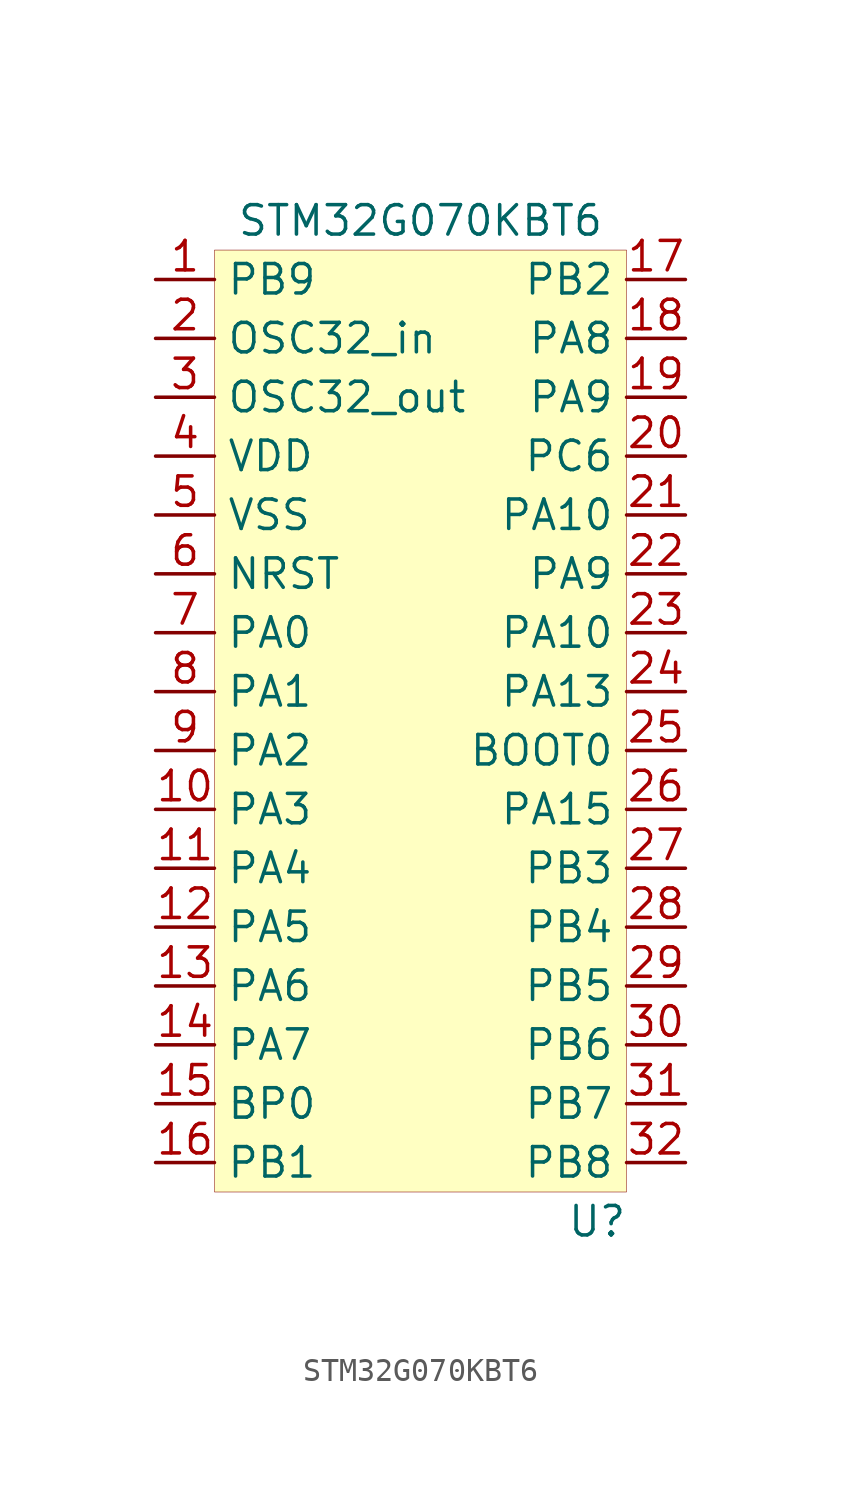
<source format=kicad_sym>
(kicad_symbol_lib
  (version 20200126)
  (host kicad_symbol_editor "(5.99.0-2031-g4c5f3cb5b)")
  (symbol "InfMirror:STM32G070KBT6"
    (property "Reference" "U"
      (at 3.81 -22.86 0)
      (effects (font (size 1.27 1.27))))
    (property "Value" "STM32G070KBT6"
      (at -3.81 20.32 0)
      (effects (font (size 1.27 1.27))))
    (symbol "STM32G070KBT6_0_1"
      (rectangle (start -12.7 19.05) (end 5.08 -21.59) (stroke (width 0.001)) (fill (type background))))
    (symbol "STM32G070KBT6_1_1"
      (pin input line (at -15.24 17.78 0) (length 2.54) (name "PB9" (effects (font (size 1.27 1.27)))) (number "1" (effects (font (size 1.27 1.27)))))
      (pin input line (at -15.24 15.24 0) (length 2.54) (name "OSC32_in" (effects (font (size 1.27 1.27)))) (number "2" (effects (font (size 1.27 1.27)))))
      (pin input line (at -15.24 12.7 0) (length 2.54) (name "OSC32_out" (effects (font (size 1.27 1.27)))) (number "3" (effects (font (size 1.27 1.27)))))
      (pin input line (at -15.24 10.16 0) (length 2.54) (name "VDD" (effects (font (size 1.27 1.27)))) (number "4" (effects (font (size 1.27 1.27)))))
      (pin input line (at -15.24 7.62 0) (length 2.54) (name "VSS" (effects (font (size 1.27 1.27)))) (number "5" (effects (font (size 1.27 1.27)))))
      (pin input line (at -15.24 5.08 0) (length 2.54) (name "NRST" (effects (font (size 1.27 1.27)))) (number "6" (effects (font (size 1.27 1.27)))))
      (pin input line (at -15.24 2.54 0) (length 2.54) (name "PA0" (effects (font (size 1.27 1.27)))) (number "7" (effects (font (size 1.27 1.27)))))
      (pin input line (at -15.24 0 0) (length 2.54) (name "PA1" (effects (font (size 1.27 1.27)))) (number "8" (effects (font (size 1.27 1.27)))))
      (pin input line (at -15.24 -2.54 0) (length 2.54) (name "PA2" (effects (font (size 1.27 1.27)))) (number "9" (effects (font (size 1.27 1.27)))))
      (pin input line (at -15.24 -5.08 0) (length 2.54) (name "PA3" (effects (font (size 1.27 1.27)))) (number "10" (effects (font (size 1.27 1.27)))))
      (pin input line (at -15.24 -7.62 0) (length 2.54) (name "PA4" (effects (font (size 1.27 1.27)))) (number "11" (effects (font (size 1.27 1.27)))))
      (pin input line (at -15.24 -10.16 0) (length 2.54) (name "PA5" (effects (font (size 1.27 1.27)))) (number "12" (effects (font (size 1.27 1.27)))))
      (pin input line (at -15.24 -12.7 0) (length 2.54) (name "PA6" (effects (font (size 1.27 1.27)))) (number "13" (effects (font (size 1.27 1.27)))))
      (pin input line (at -15.24 -15.24 0) (length 2.54) (name "PA7" (effects (font (size 1.27 1.27)))) (number "14" (effects (font (size 1.27 1.27)))))
      (pin input line (at -15.24 -17.78 0) (length 2.54) (name "BP0" (effects (font (size 1.27 1.27)))) (number "15" (effects (font (size 1.27 1.27)))))
      (pin input line (at -15.24 -20.32 0) (length 2.54) (name "PB1" (effects (font (size 1.27 1.27)))) (number "16" (effects (font (size 1.27 1.27)))))
      (pin input line (at 7.62 17.78 180) (length 2.54) (name "PB2" (effects (font (size 1.27 1.27)))) (number "17" (effects (font (size 1.27 1.27)))))
      (pin input line (at 7.62 15.24 180) (length 2.54) (name "PA8" (effects (font (size 1.27 1.27)))) (number "18" (effects (font (size 1.27 1.27)))))
      (pin input line (at 7.62 12.7 180) (length 2.54) (name "PA9" (effects (font (size 1.27 1.27)))) (number "19" (effects (font (size 1.27 1.27)))))
      (pin input line (at 7.62 10.16 180) (length 2.54) (name "PC6" (effects (font (size 1.27 1.27)))) (number "20" (effects (font (size 1.27 1.27)))))
      (pin input line (at 7.62 7.62 180) (length 2.54) (name "PA10" (effects (font (size 1.27 1.27)))) (number "21" (effects (font (size 1.27 1.27)))))
      (pin input line (at 7.62 5.08 180) (length 2.54) (name "PA9" (effects (font (size 1.27 1.27)))) (number "22" (effects (font (size 1.27 1.27)))))
      (pin input line (at 7.62 2.54 180) (length 2.54) (name "PA10" (effects (font (size 1.27 1.27)))) (number "23" (effects (font (size 1.27 1.27)))))
      (pin input line (at 7.62 0 180) (length 2.54) (name "PA13" (effects (font (size 1.27 1.27)))) (number "24" (effects (font (size 1.27 1.27)))))
      (pin input line (at 7.62 -2.54 180) (length 2.54) (name "BOOT0" (effects (font (size 1.27 1.27)))) (number "25" (effects (font (size 1.27 1.27)))))
      (pin input line (at 7.62 -5.08 180) (length 2.54) (name "PA15" (effects (font (size 1.27 1.27)))) (number "26" (effects (font (size 1.27 1.27)))))
      (pin input line (at 7.62 -7.62 180) (length 2.54) (name "PB3" (effects (font (size 1.27 1.27)))) (number "27" (effects (font (size 1.27 1.27)))))
      (pin input line (at 7.62 -10.16 180) (length 2.54) (name "PB4" (effects (font (size 1.27 1.27)))) (number "28" (effects (font (size 1.27 1.27)))))
      (pin input line (at 7.62 -12.7 180) (length 2.54) (name "PB5" (effects (font (size 1.27 1.27)))) (number "29" (effects (font (size 1.27 1.27)))))
      (pin input line (at 7.62 -15.24 180) (length 2.54) (name "PB6" (effects (font (size 1.27 1.27)))) (number "30" (effects (font (size 1.27 1.27)))))
      (pin input line (at 7.62 -17.78 180) (length 2.54) (name "PB7" (effects (font (size 1.27 1.27)))) (number "31" (effects (font (size 1.27 1.27)))))
      (pin input line (at 7.62 -20.32 180) (length 2.54) (name "PB8" (effects (font (size 1.27 1.27)))) (number "32" (effects (font (size 1.27 1.27))))))))
</source>
